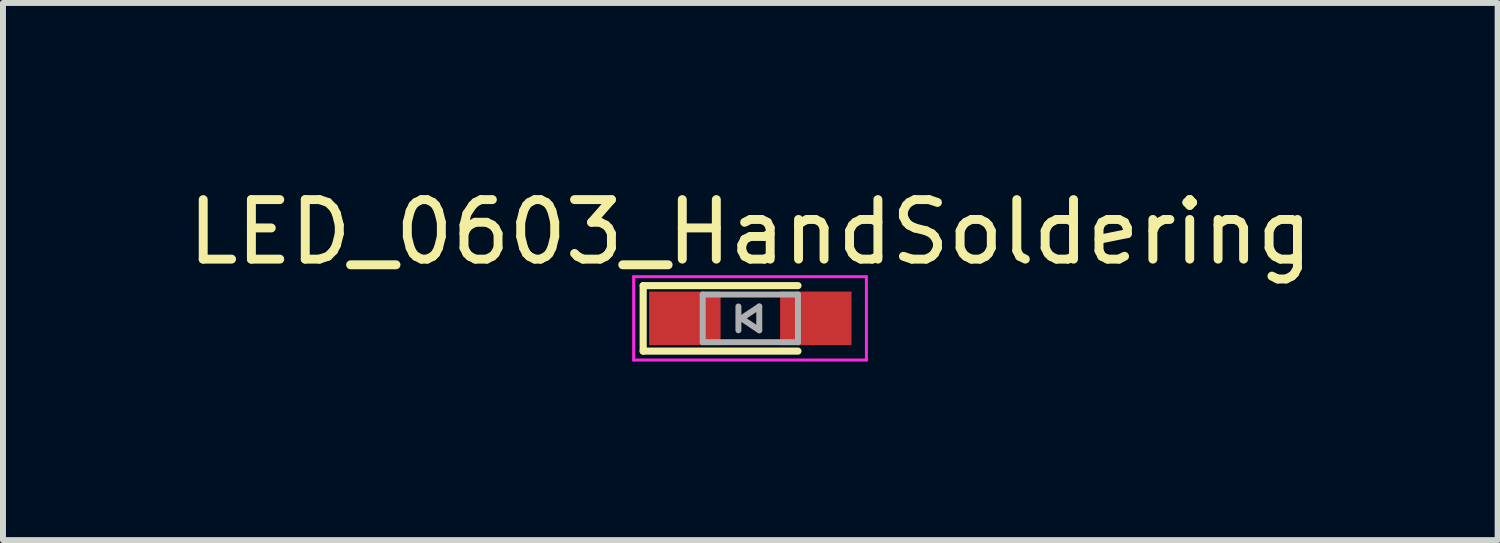
<source format=kicad_pcb>
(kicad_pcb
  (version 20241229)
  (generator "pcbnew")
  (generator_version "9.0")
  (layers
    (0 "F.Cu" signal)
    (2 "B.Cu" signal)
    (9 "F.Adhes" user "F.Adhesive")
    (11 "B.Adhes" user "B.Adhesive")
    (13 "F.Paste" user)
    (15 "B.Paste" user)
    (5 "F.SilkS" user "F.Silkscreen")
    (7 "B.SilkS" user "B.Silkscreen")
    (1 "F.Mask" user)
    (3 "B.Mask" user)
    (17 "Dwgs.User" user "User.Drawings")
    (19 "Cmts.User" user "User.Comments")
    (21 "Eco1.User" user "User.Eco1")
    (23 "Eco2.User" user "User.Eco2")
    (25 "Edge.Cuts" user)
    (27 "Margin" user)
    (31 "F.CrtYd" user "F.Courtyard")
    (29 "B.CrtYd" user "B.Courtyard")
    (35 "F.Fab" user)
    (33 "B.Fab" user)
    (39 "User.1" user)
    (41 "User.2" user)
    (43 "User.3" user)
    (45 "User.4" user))
  (footprint "LED_0603_HandSoldering"
    (layer "F.Cu")
    (at 9.554 2.298)
    (property "Reference" "LED_0603_HandSoldering" (at 0 -1.45 180) (layer "F.SilkS") (effects (font (size 1 1) (thickness 0.15))))
    (attr smd)
    (fp_line (start -1.8 -0.55) (end -1.8 0.55) (stroke (width 0.12) (type solid)) (layer "F.SilkS"))
    (fp_line (start -1.8 -0.55) (end 0.8 -0.55) (stroke (width 0.12) (type solid)) (layer "F.SilkS"))
    (fp_line (start -1.8 0.55) (end 0.8 0.55) (stroke (width 0.12) (type solid)) (layer "F.SilkS"))
    (fp_line (start -1.96 -0.7) (end -1.96 0.7) (stroke (width 0.05) (type solid)) (layer "F.CrtYd"))
    (fp_line (start -1.96 -0.7) (end 1.95 -0.7) (stroke (width 0.05) (type solid)) (layer "F.CrtYd"))
    (fp_line (start 1.95 0.7) (end -1.96 0.7) (stroke (width 0.05) (type solid)) (layer "F.CrtYd"))
    (fp_line (start 1.95 0.7) (end 1.95 -0.7) (stroke (width 0.05) (type solid)) (layer "F.CrtYd"))
    (fp_line (start -0.8 -0.4) (end -0.8 0.4) (stroke (width 0.1) (type solid)) (layer "F.Fab"))
    (fp_line (start -0.8 -0.4) (end 0.8 -0.4) (stroke (width 0.1) (type solid)) (layer "F.Fab"))
    (fp_line (start -0.2 -0.2) (end -0.2 0.2) (stroke (width 0.1) (type solid)) (layer "F.Fab"))
    (fp_line (start -0.15 0) (end 0.15 -0.2) (stroke (width 0.1) (type solid)) (layer "F.Fab"))
    (fp_line (start 0.15 -0.2) (end 0.15 0.2) (stroke (width 0.1) (type solid)) (layer "F.Fab"))
    (fp_line (start 0.15 0.2) (end -0.15 0) (stroke (width 0.1) (type solid)) (layer "F.Fab"))
    (fp_line (start 0.8 -0.4) (end 0.8 0.4) (stroke (width 0.1) (type solid)) (layer "F.Fab"))
    (fp_line (start 0.8 0.4) (end -0.8 0.4) (stroke (width 0.1) (type solid)) (layer "F.Fab"))
    (pad "1" smd rect (at -1.1 0) (size 1.2 0.9) (layers "F.Cu" "F.Mask" "F.Paste"))
    (pad "2" smd rect (at 1.1 0) (size 1.2 0.9) (layers "F.Cu" "F.Mask" "F.Paste")))
  (gr_rect
    (start -3 -3)
    (end 22.107 6.023)
    (stroke (width 0.1) (type default))
    (fill no)
    (layer "Edge.Cuts")))
</source>
